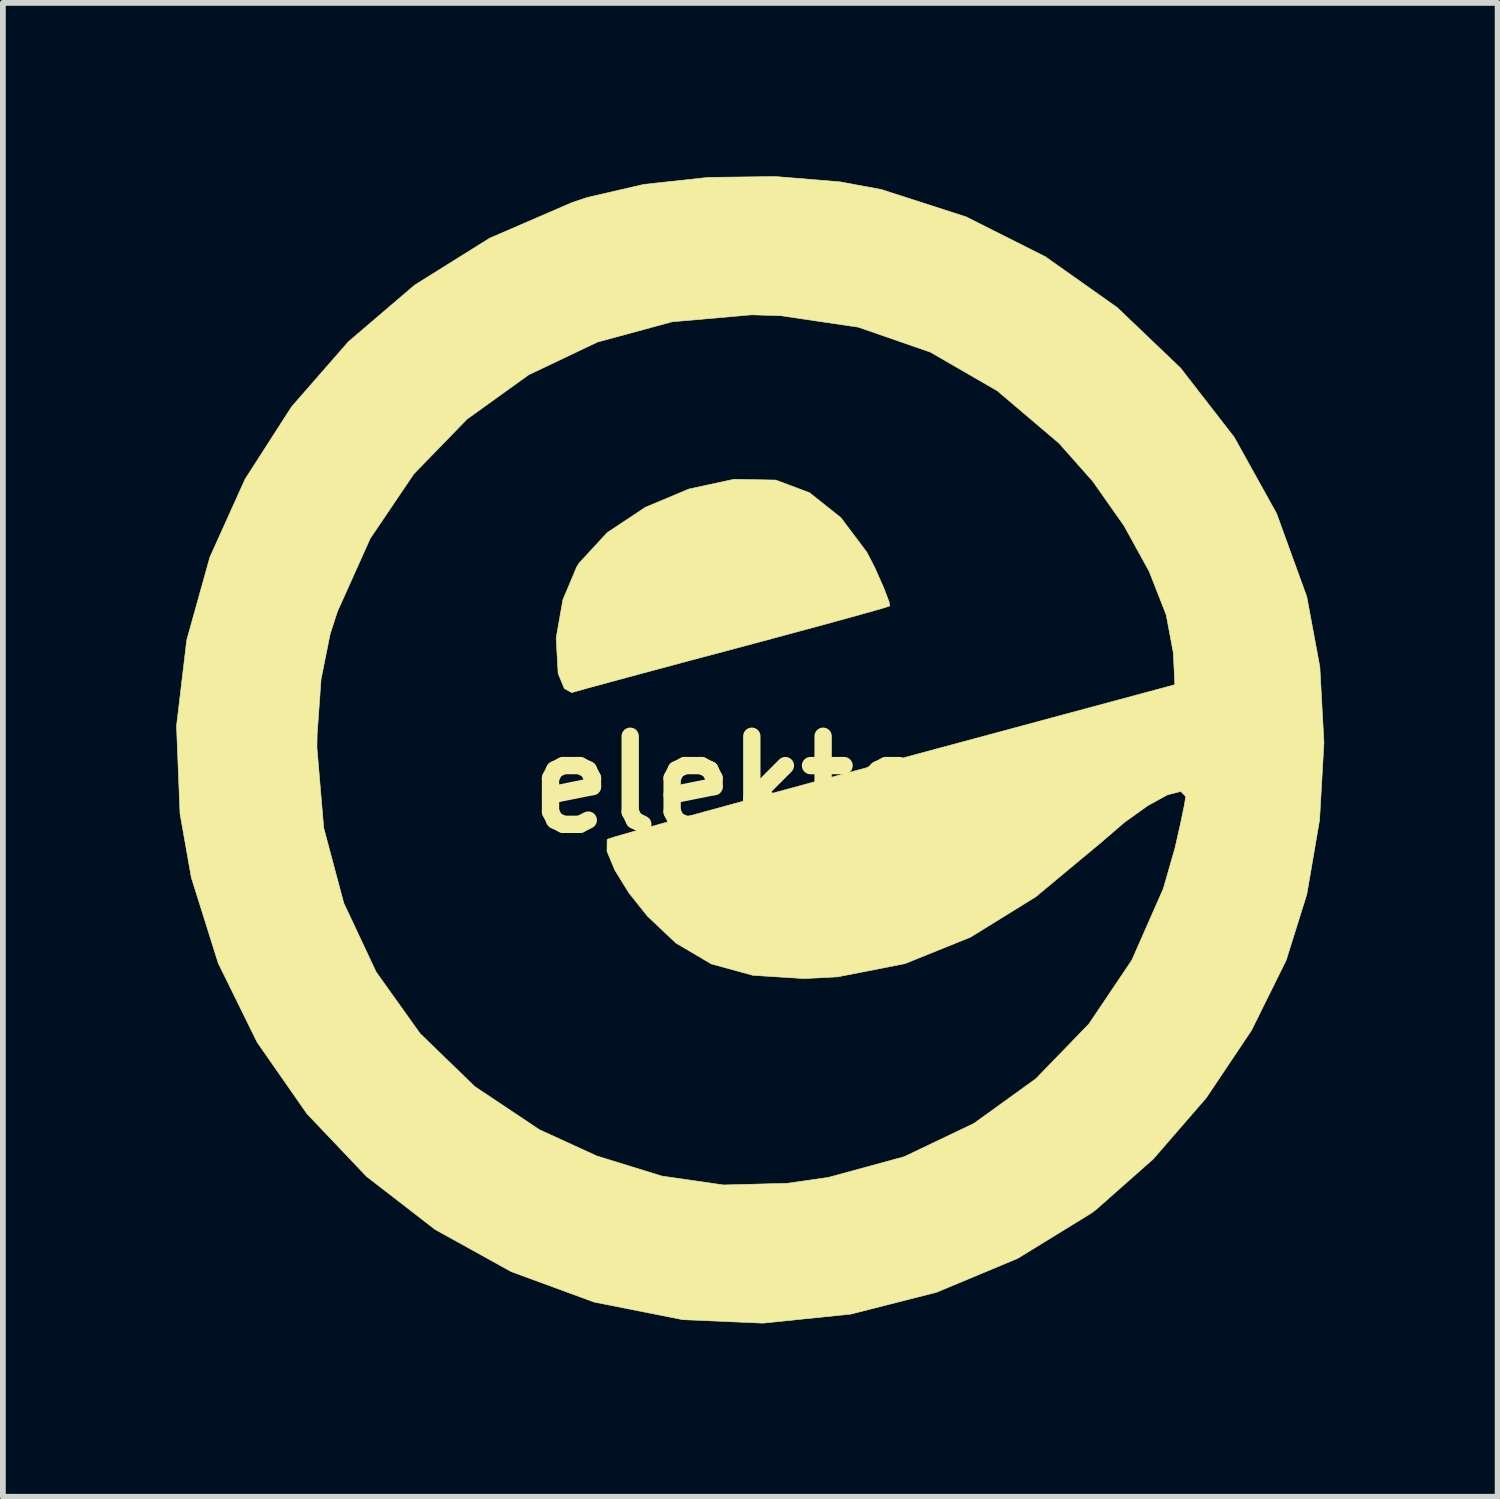
<source format=kicad_pcb>
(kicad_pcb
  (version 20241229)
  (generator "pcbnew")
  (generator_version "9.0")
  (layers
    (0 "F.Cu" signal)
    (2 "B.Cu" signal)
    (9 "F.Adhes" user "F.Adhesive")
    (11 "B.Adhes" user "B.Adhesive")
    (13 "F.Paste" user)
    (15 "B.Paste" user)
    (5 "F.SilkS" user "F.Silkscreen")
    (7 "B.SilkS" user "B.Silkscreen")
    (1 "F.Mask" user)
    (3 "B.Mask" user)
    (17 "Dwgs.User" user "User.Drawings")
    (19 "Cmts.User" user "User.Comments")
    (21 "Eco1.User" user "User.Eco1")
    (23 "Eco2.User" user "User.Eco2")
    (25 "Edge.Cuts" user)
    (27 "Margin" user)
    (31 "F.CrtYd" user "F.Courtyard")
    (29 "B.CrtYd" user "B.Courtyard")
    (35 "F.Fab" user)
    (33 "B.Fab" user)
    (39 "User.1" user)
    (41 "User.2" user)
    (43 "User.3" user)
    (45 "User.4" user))
  (footprint "elektor"
    (layer "F.Cu")
    (at 10.106 10.526)
    (property "Reference" "elektor" (at 0 0 0) (layer "F.SilkS") (effects (font (size 1.524 1.524) (thickness 0.3))))
    (attr through_hole)
    (fp_poly (pts (xy 0.27 -5.268) (xy 0.853 -5.049) (xy 1.395 -4.618) (xy 1.845 -4.02) (xy 1.983 -3.753) (xy 2.139 -3.4) (xy 2.231 -3.158) (xy 2.243 -3.09) (xy 2.117 -3.049) (xy 1.78 -2.954) (xy 1.27 -2.813) (xy 0.622 -2.637) (xy -0.128 -2.435) (xy -0.45 -2.349) (xy -1.24 -2.139) (xy -1.951 -1.948) (xy -2.544 -1.788) (xy -2.982 -1.669) (xy -3.227 -1.6) (xy -3.262 -1.59) (xy -3.39 -1.661) (xy -3.493 -1.91) (xy -3.497 -1.924) (xy -3.531 -2.535) (xy -3.415 -3.196) (xy -3.172 -3.773) (xy -3.133 -3.832) (xy -2.648 -4.358) (xy -1.989 -4.796) (xy -1.232 -5.114) (xy -0.452 -5.282) (xy 0.27 -5.268)) (stroke (width 0.01) (type solid)) (fill yes) (layer "F.SilkS"))
    (fp_poly (pts (xy 1.381 -10.429) (xy 2.095 -10.297) (xy 3.564 -9.823) (xy 4.932 -9.135) (xy 6.177 -8.255) (xy 7.275 -7.206) (xy 8.203 -6.01) (xy 8.936 -4.69) (xy 9.452 -3.269) (xy 9.461 -3.239) (xy 9.685 -2.035) (xy 9.756 -0.724) (xy 9.68 0.615) (xy 9.46 1.899) (xy 9.102 3.043) (xy 8.503 4.254) (xy 7.719 5.424) (xy 6.801 6.483) (xy 5.804 7.364) (xy 5.73 7.419) (xy 4.455 8.202) (xy 3.052 8.788) (xy 1.567 9.166) (xy 0.046 9.322) (xy -1.34 9.262) (xy -2.874 8.958) (xy -4.309 8.431) (xy -5.628 7.7) (xy -6.813 6.783) (xy -7.845 5.697) (xy -8.706 4.461) (xy -9.379 3.093) (xy -9.845 1.611) (xy -10.04 0.509) (xy -10.086 -0.635) (xy -7.671 -0.635) (xy -7.554 0.751) (xy -7.207 2.052) (xy -6.646 3.246) (xy -5.885 4.312) (xy -4.938 5.229) (xy -3.82 5.975) (xy -2.828 6.429) (xy -1.702 6.777) (xy -0.635 6.931) (xy 0.468 6.902) (xy 1.179 6.8) (xy 2.494 6.441) (xy 3.698 5.866) (xy 4.77 5.093) (xy 5.688 4.145) (xy 6.431 3.041) (xy 6.976 1.803) (xy 7.179 1.097) (xy 7.275 0.673) (xy 7.342 0.349) (xy 7.364 0.208) (xy 7.28 0.12) (xy 7.048 0.179) (xy 6.709 0.365) (xy 6.305 0.654) (xy 5.901 1.002) (xy 4.767 1.945) (xy 3.64 2.642) (xy 2.504 3.101) (xy 1.341 3.329) (xy 0.762 3.359) (xy -0.125 3.303) (xy -0.845 3.106) (xy -1.459 2.744) (xy -1.951 2.279) (xy -2.273 1.875) (xy -2.516 1.482) (xy -2.651 1.157) (xy -2.649 0.957) (xy -2.639 0.946) (xy -2.512 0.905) (xy -2.166 0.806) (xy -1.627 0.656) (xy -0.921 0.461) (xy -0.076 0.23) (xy 0.884 -0.031) (xy 1.931 -0.314) (xy 2.288 -0.41) (xy 7.176 -1.727) (xy 7.149 -2.282) (xy 7.026 -2.936) (xy 6.732 -3.686) (xy 6.298 -4.475) (xy 5.757 -5.245) (xy 5.173 -5.904) (xy 4.104 -6.812) (xy 2.947 -7.481) (xy 1.698 -7.914) (xy 0.352 -8.113) (xy -0.15 -8.128) (xy -1.525 -8.007) (xy -2.817 -7.656) (xy -4.006 -7.09) (xy -5.072 -6.324) (xy -5.993 -5.376) (xy -6.748 -4.259) (xy -7.317 -2.991) (xy -7.443 -2.603) (xy -7.6 -1.822) (xy -7.668 -0.858) (xy -7.671 -0.635) (xy -10.086 -0.635) (xy -10.101 -1.013) (xy -9.924 -2.501) (xy -9.524 -3.933) (xy -8.914 -5.285) (xy -8.11 -6.536) (xy -7.126 -7.663) (xy -5.979 -8.643) (xy -4.682 -9.454) (xy -3.251 -10.073) (xy -2.985 -10.161) (xy -2.013 -10.385) (xy -0.899 -10.506) (xy 0.263 -10.521) (xy 1.381 -10.429)) (stroke (width 0.01) (type solid)) (fill yes) (layer "F.SilkS")))
  (gr_rect
    (start -3 -3)
    (end 22.868 22.853)
    (stroke (width 0.1) (type default))
    (fill no)
    (layer "Edge.Cuts")))
</source>
